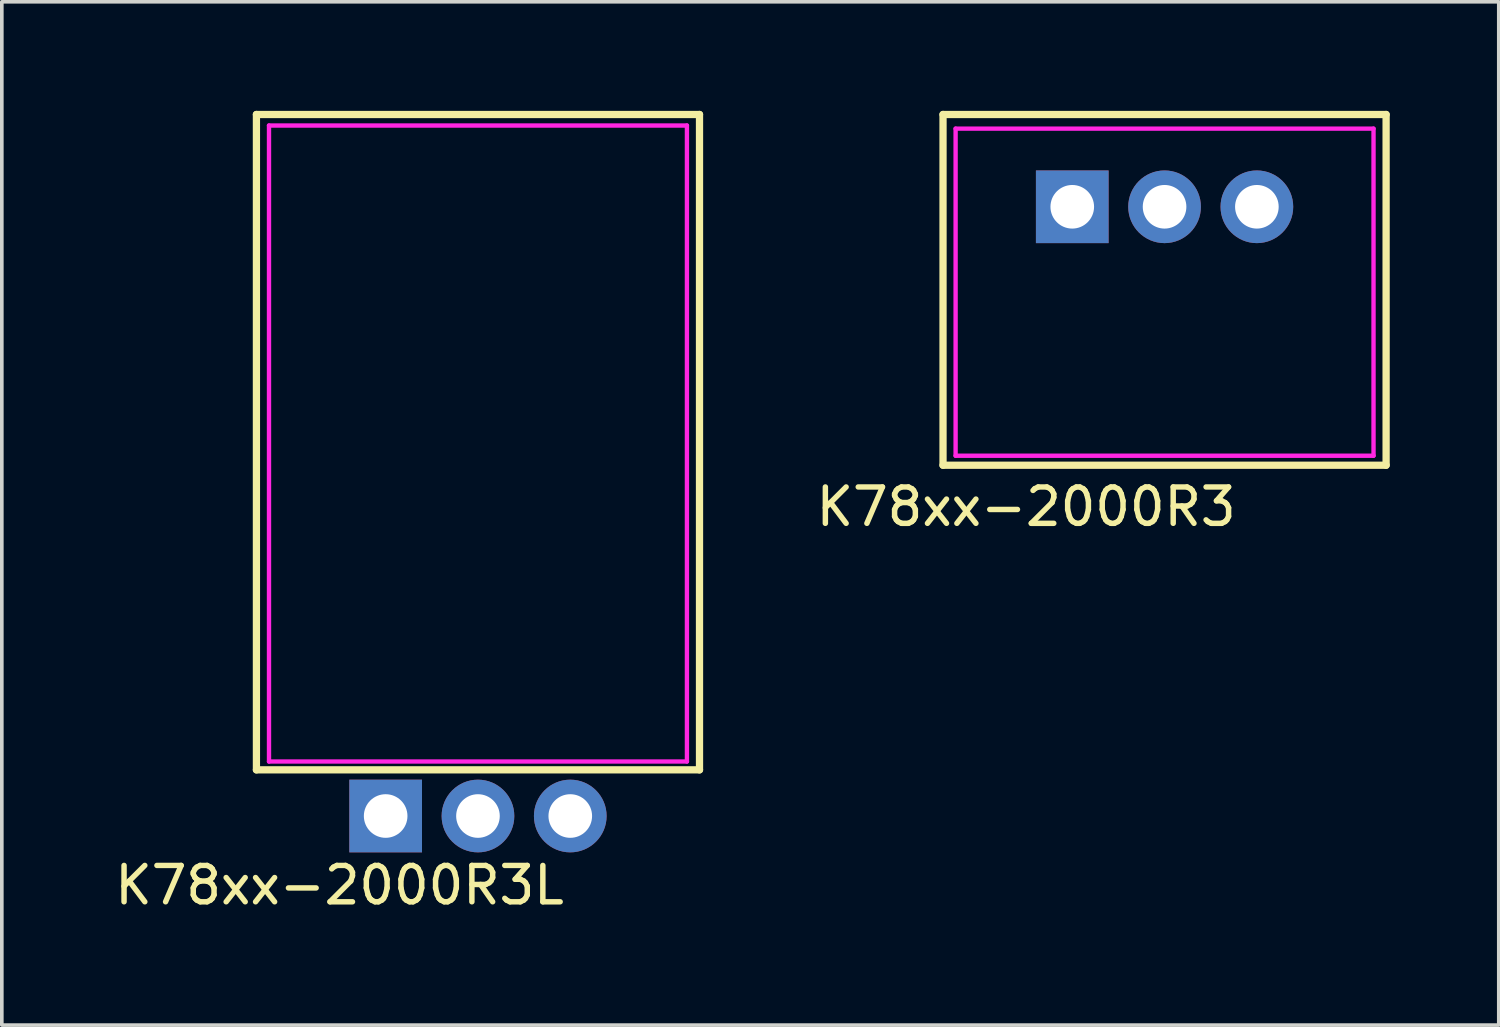
<source format=kicad_pcb>
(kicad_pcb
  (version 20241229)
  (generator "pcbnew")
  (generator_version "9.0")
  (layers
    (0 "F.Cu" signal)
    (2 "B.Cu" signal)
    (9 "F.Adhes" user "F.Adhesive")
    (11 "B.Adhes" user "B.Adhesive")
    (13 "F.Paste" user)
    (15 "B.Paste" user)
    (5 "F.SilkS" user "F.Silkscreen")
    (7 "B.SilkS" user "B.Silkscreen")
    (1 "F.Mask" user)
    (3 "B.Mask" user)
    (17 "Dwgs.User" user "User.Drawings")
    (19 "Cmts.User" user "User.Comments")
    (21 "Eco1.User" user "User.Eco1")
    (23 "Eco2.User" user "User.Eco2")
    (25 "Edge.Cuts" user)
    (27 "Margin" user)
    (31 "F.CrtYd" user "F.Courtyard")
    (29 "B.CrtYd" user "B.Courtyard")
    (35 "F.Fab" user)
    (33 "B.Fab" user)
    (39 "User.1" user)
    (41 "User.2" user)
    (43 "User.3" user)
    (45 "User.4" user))
  (footprint "K78xx-2000R3L"
    (layer "F.Cu")
    (at 10.102 19.404)
    (property "Reference" "K78xx-2000R3L" (at -3.81 1.905 0) (layer "F.SilkS") (effects (font (size 1 1) (thickness 0.15))))
    (attr through_hole)
    (fp_line (start -6.096 -19.304) (end 6.096 -19.304) (stroke (width 0.2) (type solid)) (layer "F.SilkS"))
    (fp_line (start -6.096 -1.27) (end -6.096 -19.304) (stroke (width 0.2) (type solid)) (layer "F.SilkS"))
    (fp_line (start 6.096 -19.304) (end 6.096 -1.27) (stroke (width 0.2) (type solid)) (layer "F.SilkS"))
    (fp_line (start 6.096 -1.27) (end -6.096 -1.27) (stroke (width 0.2) (type solid)) (layer "F.SilkS"))
    (fp_line (start -5.75 -19) (end 5.75 -19) (stroke (width 0.12) (type solid)) (layer "F.CrtYd"))
    (fp_line (start -5.75 -1.5) (end -5.75 -19) (stroke (width 0.12) (type solid)) (layer "F.CrtYd"))
    (fp_line (start -5.75 -1.5) (end 5.75 -1.5) (stroke (width 0.12) (type solid)) (layer "F.CrtYd"))
    (fp_line (start 5.75 -19) (end 5.75 -1.5) (stroke (width 0.12) (type solid)) (layer "F.CrtYd"))
    (pad "1" thru_hole rect (at -2.54 0) (size 2 2) (drill 1.2) (layers "*.Cu" "*.Mask"))
    (pad "2" thru_hole circle (at 0 0) (size 2 2) (drill 1.2) (layers "*.Cu" "*.Mask"))
    (pad "3" thru_hole circle (at 2.54 0) (size 2 2) (drill 1.2) (layers "*.Cu" "*.Mask")))
  (footprint "K78xx-2000R3"
    (layer "F.Cu")
    (at 28.995 2.64)
    (property "Reference" "K78xx-2000R3" (at -3.81 8.255 0) (layer "F.SilkS") (effects (font (size 1 1) (thickness 0.15))))
    (attr through_hole)
    (fp_line (start -6.096 -2.54) (end 6.096 -2.54) (stroke (width 0.2) (type solid)) (layer "F.SilkS"))
    (fp_line (start -6.096 7.112) (end -6.096 -2.54) (stroke (width 0.2) (type solid)) (layer "F.SilkS"))
    (fp_line (start 6.096 -2.54) (end 6.096 7.112) (stroke (width 0.2) (type solid)) (layer "F.SilkS"))
    (fp_line (start 6.096 7.112) (end -6.096 7.112) (stroke (width 0.2) (type solid)) (layer "F.SilkS"))
    (fp_line (start -5.75 -2.15) (end 5.75 -2.15) (stroke (width 0.12) (type solid)) (layer "F.CrtYd"))
    (fp_line (start -5.75 6.85) (end -5.75 -2.15) (stroke (width 0.12) (type solid)) (layer "F.CrtYd"))
    (fp_line (start 5.75 -2.15) (end 5.75 6.85) (stroke (width 0.12) (type solid)) (layer "F.CrtYd"))
    (fp_line (start 5.75 6.85) (end -5.75 6.85) (stroke (width 0.12) (type solid)) (layer "F.CrtYd"))
    (pad "1" thru_hole rect (at -2.54 0) (size 2 2) (drill 1.2) (layers "*.Cu" "*.Mask"))
    (pad "2" thru_hole circle (at 0 0) (size 2 2) (drill 1.2) (layers "*.Cu" "*.Mask"))
    (pad "3" thru_hole circle (at 2.54 0) (size 2 2) (drill 1.2) (layers "*.Cu" "*.Mask")))
  (gr_rect
    (start -3 -3)
    (end 38.191 25.157)
    (stroke (width 0.1) (type default))
    (fill no)
    (layer "Edge.Cuts")))
</source>
